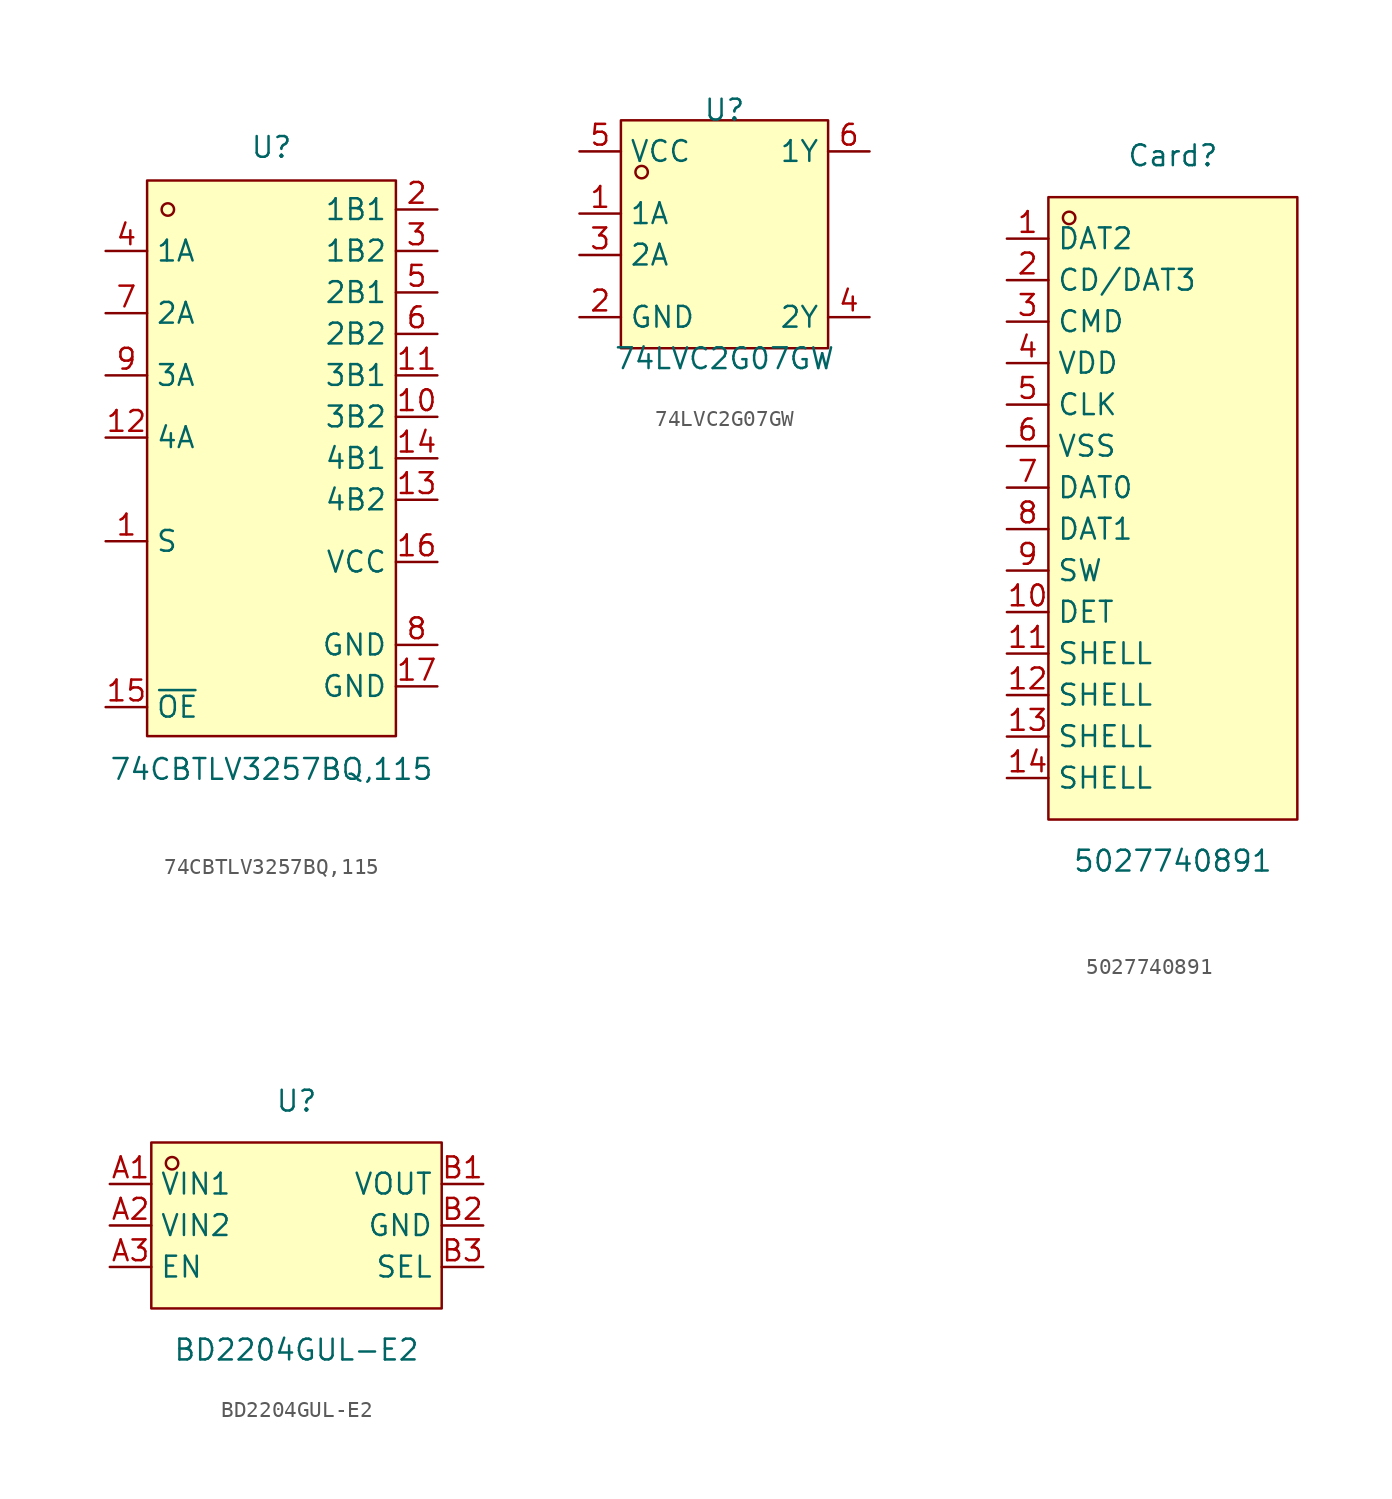
<source format=kicad_sym>
(kicad_symbol_lib
  (version 20241209)
  (generator "kicad_symbol_editor")
  (generator_version "9.0")
  (symbol "74CBTLV3257BQ,115"
    (property "Reference" "U"
      (at 0 19.05 0)
      (effects (font (size 1.27 1.27))))
    (property "Value" "74CBTLV3257BQ,115"
      (at 0 -19.05 0)
      (effects (font (size 1.27 1.27))))
    (symbol "74CBTLV3257BQ,115_0_1"
      (rectangle (start -7.62 17.018) (end 7.62 -17.018) (stroke (width 0) (type default)) (fill (type background)))
      (circle (center -6.35 15.24) (radius 0.38) (stroke (width 0) (type default)) (fill (type none)))
      (pin unspecified line (at -10.16 12.7 0) (length 2.54) (name "1A" (effects (font (size 1.27 1.27)))) (number "4" (effects (font (size 1.27 1.27)))))
      (pin unspecified line (at -10.16 8.89 0) (length 2.54) (name "2A" (effects (font (size 1.27 1.27)))) (number "7" (effects (font (size 1.27 1.27)))))
      (pin unspecified line (at -10.16 5.08 0) (length 2.54) (name "3A" (effects (font (size 1.27 1.27)))) (number "9" (effects (font (size 1.27 1.27)))))
      (pin unspecified line (at -10.16 1.27 0) (length 2.54) (name "4A" (effects (font (size 1.27 1.27)))) (number "12" (effects (font (size 1.27 1.27)))))
      (pin unspecified line (at -10.16 -5.08 0) (length 2.54) (name "S" (effects (font (size 1.27 1.27)))) (number "1" (effects (font (size 1.27 1.27)))))
      (pin unspecified line (at -10.16 -15.24 0) (length 2.54) (name "~{OE}" (effects (font (size 1.27 1.27)))) (number "15" (effects (font (size 1.27 1.27)))))
      (pin unspecified line (at 10.16 15.24 180) (length 2.54) (name "1B1" (effects (font (size 1.27 1.27)))) (number "2" (effects (font (size 1.27 1.27)))))
      (pin unspecified line (at 10.16 12.7 180) (length 2.54) (name "1B2" (effects (font (size 1.27 1.27)))) (number "3" (effects (font (size 1.27 1.27)))))
      (pin unspecified line (at 10.16 10.16 180) (length 2.54) (name "2B1" (effects (font (size 1.27 1.27)))) (number "5" (effects (font (size 1.27 1.27)))))
      (pin unspecified line (at 10.16 7.62 180) (length 2.54) (name "2B2" (effects (font (size 1.27 1.27)))) (number "6" (effects (font (size 1.27 1.27)))))
      (pin unspecified line (at 10.16 5.08 180) (length 2.54) (name "3B1" (effects (font (size 1.27 1.27)))) (number "11" (effects (font (size 1.27 1.27)))))
      (pin unspecified line (at 10.16 2.54 180) (length 2.54) (name "3B2" (effects (font (size 1.27 1.27)))) (number "10" (effects (font (size 1.27 1.27)))))
      (pin unspecified line (at 10.16 0 180) (length 2.54) (name "4B1" (effects (font (size 1.27 1.27)))) (number "14" (effects (font (size 1.27 1.27)))))
      (pin unspecified line (at 10.16 -2.54 180) (length 2.54) (name "4B2" (effects (font (size 1.27 1.27)))) (number "13" (effects (font (size 1.27 1.27)))))
      (pin unspecified line (at 10.16 -6.35 180) (length 2.54) (name "VCC" (effects (font (size 1.27 1.27)))) (number "16" (effects (font (size 1.27 1.27)))))
      (pin unspecified line (at 10.16 -11.43 180) (length 2.54) (name "GND" (effects (font (size 1.27 1.27)))) (number "8" (effects (font (size 1.27 1.27)))))
      (pin unspecified line (at 10.16 -13.97 180) (length 2.54) (name "GND" (effects (font (size 1.27 1.27)))) (number "17" (effects (font (size 1.27 1.27)))))))
  (symbol "74LVC2G07GW"
    (property "Reference" "U"
      (at 0 7.62 0)
      (effects (font (size 1.27 1.27))))
    (property "Value" "74LVC2G07GW"
      (at 0 -7.62 0)
      (effects (font (size 1.27 1.27))))
    (symbol "74LVC2G07GW_0_1"
      (rectangle (start -6.35 6.985) (end 6.35 -6.985) (stroke (width 0) (type default)) (fill (type background)))
      (circle (center -5.08 3.81) (radius 0.38) (stroke (width 0) (type default)) (fill (type none)))
      (pin unspecified line (at -8.89 5.08 0) (length 2.54) (name "VCC" (effects (font (size 1.27 1.27)))) (number "5" (effects (font (size 1.27 1.27)))))
      (pin unspecified line (at -8.89 1.27 0) (length 2.54) (name "1A" (effects (font (size 1.27 1.27)))) (number "1" (effects (font (size 1.27 1.27)))))
      (pin unspecified line (at -8.89 -1.27 0) (length 2.54) (name "2A" (effects (font (size 1.27 1.27)))) (number "3" (effects (font (size 1.27 1.27)))))
      (pin unspecified line (at -8.89 -5.08 0) (length 2.54) (name "GND" (effects (font (size 1.27 1.27)))) (number "2" (effects (font (size 1.27 1.27)))))
      (pin unspecified line (at 8.89 5.08 180) (length 2.54) (name "1Y" (effects (font (size 1.27 1.27)))) (number "6" (effects (font (size 1.27 1.27)))))
      (pin unspecified line (at 8.89 -5.08 180) (length 2.54) (name "2Y" (effects (font (size 1.27 1.27)))) (number "4" (effects (font (size 1.27 1.27)))))))
  (symbol "5027740891"
    (property "Reference" "Card"
      (at 0 21.59 0)
      (effects (font (size 1.27 1.27))))
    (property "Value" "5027740891"
      (at 0 -21.59 0)
      (effects (font (size 1.27 1.27))))
    (symbol "5027740891_0_1"
      (rectangle (start -7.62 19.05) (end 7.62 -19.05) (stroke (width 0) (type default)) (fill (type background)))
      (circle (center -6.35 17.78) (radius 0.38) (stroke (width 0) (type default)) (fill (type none)))
      (pin unspecified line (at -10.16 16.51 0) (length 2.54) (name "DAT2" (effects (font (size 1.27 1.27)))) (number "1" (effects (font (size 1.27 1.27)))))
      (pin unspecified line (at -10.16 13.97 0) (length 2.54) (name "CD/DAT3" (effects (font (size 1.27 1.27)))) (number "2" (effects (font (size 1.27 1.27)))))
      (pin unspecified line (at -10.16 11.43 0) (length 2.54) (name "CMD" (effects (font (size 1.27 1.27)))) (number "3" (effects (font (size 1.27 1.27)))))
      (pin unspecified line (at -10.16 8.89 0) (length 2.54) (name "VDD" (effects (font (size 1.27 1.27)))) (number "4" (effects (font (size 1.27 1.27)))))
      (pin unspecified line (at -10.16 6.35 0) (length 2.54) (name "CLK" (effects (font (size 1.27 1.27)))) (number "5" (effects (font (size 1.27 1.27)))))
      (pin unspecified line (at -10.16 3.81 0) (length 2.54) (name "VSS" (effects (font (size 1.27 1.27)))) (number "6" (effects (font (size 1.27 1.27)))))
      (pin unspecified line (at -10.16 1.27 0) (length 2.54) (name "DAT0" (effects (font (size 1.27 1.27)))) (number "7" (effects (font (size 1.27 1.27)))))
      (pin unspecified line (at -10.16 -1.27 0) (length 2.54) (name "DAT1" (effects (font (size 1.27 1.27)))) (number "8" (effects (font (size 1.27 1.27)))))
      (pin unspecified line (at -10.16 -3.81 0) (length 2.54) (name "SW" (effects (font (size 1.27 1.27)))) (number "9" (effects (font (size 1.27 1.27)))))
      (pin unspecified line (at -10.16 -6.35 0) (length 2.54) (name "DET" (effects (font (size 1.27 1.27)))) (number "10" (effects (font (size 1.27 1.27)))))
      (pin unspecified line (at -10.16 -8.89 0) (length 2.54) (name "SHELL" (effects (font (size 1.27 1.27)))) (number "11" (effects (font (size 1.27 1.27)))))
      (pin unspecified line (at -10.16 -11.43 0) (length 2.54) (name "SHELL" (effects (font (size 1.27 1.27)))) (number "12" (effects (font (size 1.27 1.27)))))
      (pin unspecified line (at -10.16 -13.97 0) (length 2.54) (name "SHELL" (effects (font (size 1.27 1.27)))) (number "13" (effects (font (size 1.27 1.27)))))
      (pin unspecified line (at -10.16 -16.51 0) (length 2.54) (name "SHELL" (effects (font (size 1.27 1.27)))) (number "14" (effects (font (size 1.27 1.27)))))))
  (symbol "BD2204GUL-E2"
    (property "Reference" "U"
      (at 0 7.62 0)
      (effects (font (size 1.27 1.27))))
    (property "Value" "BD2204GUL-E2"
      (at 0 -7.62 0)
      (effects (font (size 1.27 1.27))))
    (symbol "BD2204GUL-E2_0_1"
      (rectangle (start -8.89 5.08) (end 8.89 -5.08) (stroke (width 0) (type default)) (fill (type background)))
      (circle (center -7.62 3.81) (radius 0.38) (stroke (width 0) (type default)) (fill (type none)))
      (pin unspecified line (at -11.43 2.54 0) (length 2.54) (name "VIN1" (effects (font (size 1.27 1.27)))) (number "A1" (effects (font (size 1.27 1.27)))))
      (pin unspecified line (at -11.43 0 0) (length 2.54) (name "VIN2" (effects (font (size 1.27 1.27)))) (number "A2" (effects (font (size 1.27 1.27)))))
      (pin unspecified line (at -11.43 -2.54 0) (length 2.54) (name "EN" (effects (font (size 1.27 1.27)))) (number "A3" (effects (font (size 1.27 1.27)))))
      (pin unspecified line (at 11.43 2.54 180) (length 2.54) (name "VOUT" (effects (font (size 1.27 1.27)))) (number "B1" (effects (font (size 1.27 1.27)))))
      (pin unspecified line (at 11.43 0 180) (length 2.54) (name "GND" (effects (font (size 1.27 1.27)))) (number "B2" (effects (font (size 1.27 1.27)))))
      (pin unspecified line (at 11.43 -2.54 180) (length 2.54) (name "SEL" (effects (font (size 1.27 1.27)))) (number "B3" (effects (font (size 1.27 1.27))))))))
</source>
